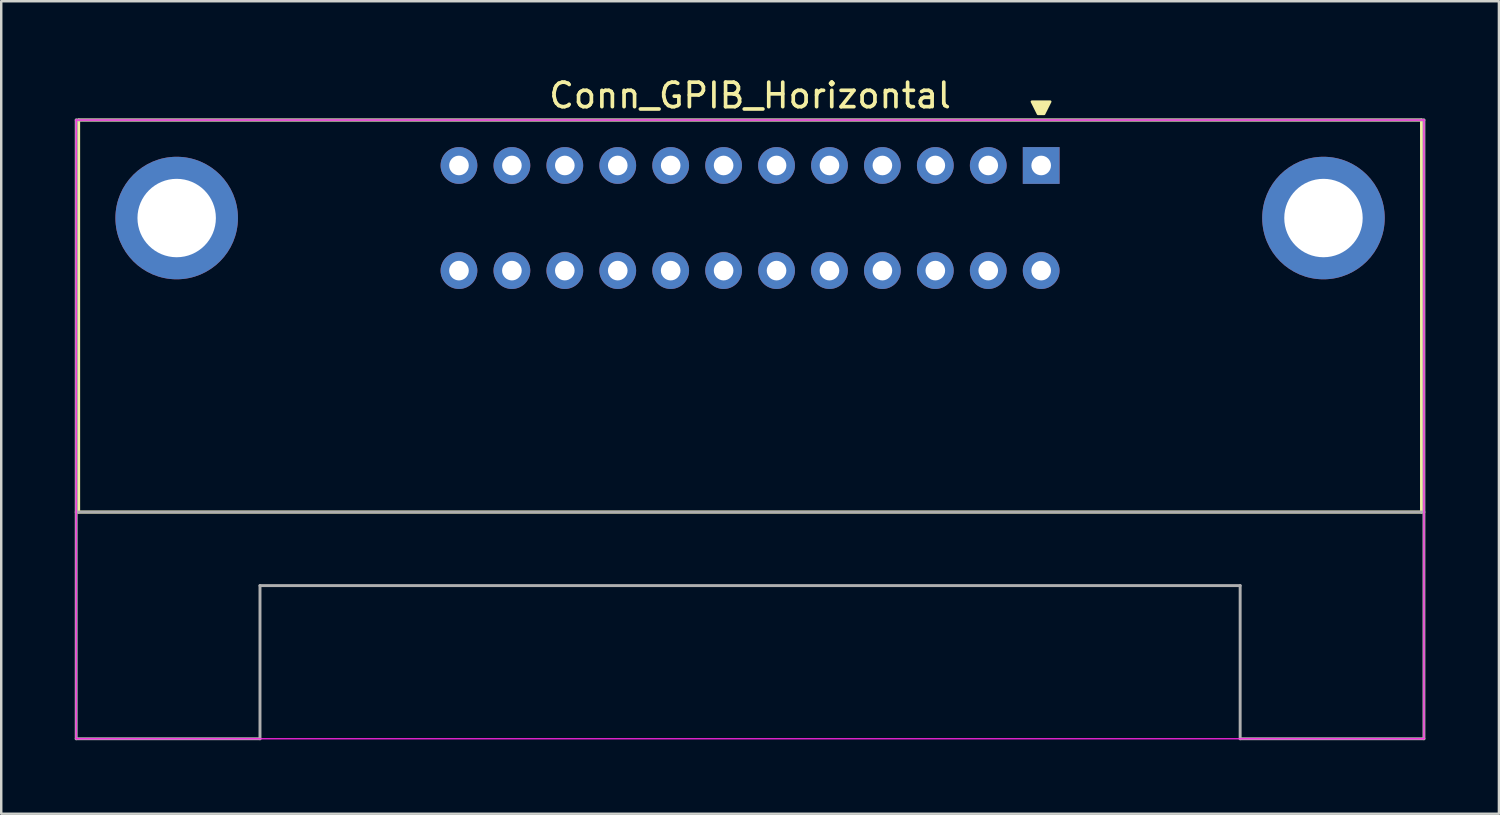
<source format=kicad_pcb>
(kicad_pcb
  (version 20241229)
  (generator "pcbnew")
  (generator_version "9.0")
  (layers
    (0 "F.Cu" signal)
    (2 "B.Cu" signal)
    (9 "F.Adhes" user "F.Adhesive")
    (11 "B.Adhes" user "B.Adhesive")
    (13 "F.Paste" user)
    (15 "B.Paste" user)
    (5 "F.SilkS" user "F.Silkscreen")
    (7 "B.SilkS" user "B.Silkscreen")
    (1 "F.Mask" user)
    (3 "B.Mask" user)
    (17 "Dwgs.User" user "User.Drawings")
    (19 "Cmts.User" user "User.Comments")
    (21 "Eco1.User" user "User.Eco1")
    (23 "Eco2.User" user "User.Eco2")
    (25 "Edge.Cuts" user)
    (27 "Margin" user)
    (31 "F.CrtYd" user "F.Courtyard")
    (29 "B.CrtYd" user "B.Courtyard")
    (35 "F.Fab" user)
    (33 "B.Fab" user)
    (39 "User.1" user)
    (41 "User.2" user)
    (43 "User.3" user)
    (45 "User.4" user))
  (footprint "Conn_GPIB_Horizontal"
    (layer "F.Cu")
    (at 27.56 5.848)
    (property "Reference" "Conn_GPIB_Horizontal" (at 0 -5 0) (layer "F.SilkS") (effects (font (size 1 1) (thickness 0.15))))
    (attr through_hole)
    (fp_line (start -27.4 -4) (end -27.4 12) (stroke (width 0.12) (type solid)) (layer "F.SilkS"))
    (fp_line (start -27.4 -4) (end 27.4 -4) (stroke (width 0.12) (type solid)) (layer "F.SilkS"))
    (fp_line (start -27.4 12) (end 27.4 12) (stroke (width 0.12) (type solid)) (layer "F.SilkS"))
    (fp_line (start 27.4 -4) (end 27.4 12) (stroke (width 0.12) (type solid)) (layer "F.SilkS"))
    (fp_poly (pts (xy 12 -4.25) (xy 11.75 -4.25) (xy 11.5 -4.75) (xy 12.25 -4.75)) (stroke (width 0.1) (type solid)) (fill yes) (layer "F.SilkS"))
    (fp_line (start -27.5 -4) (end -27.5 21.25) (stroke (width 0.05) (type solid)) (layer "F.CrtYd"))
    (fp_line (start -27.5 21.25) (end 27.5 21.25) (stroke (width 0.05) (type solid)) (layer "F.CrtYd"))
    (fp_line (start 27.5 -4) (end -27.5 -4) (stroke (width 0.05) (type solid)) (layer "F.CrtYd"))
    (fp_line (start 27.5 21.25) (end 27.5 -4) (stroke (width 0.05) (type solid)) (layer "F.CrtYd"))
    (fp_line (start -27.5 -4) (end -27.5 21.25) (stroke (width 0.12) (type solid)) (layer "F.Fab"))
    (fp_line (start -27.5 12) (end 27.5 12) (stroke (width 0.12) (type solid)) (layer "F.Fab"))
    (fp_line (start -27.5 21.25) (end -20 21.25) (stroke (width 0.12) (type solid)) (layer "F.Fab"))
    (fp_line (start -20 15) (end 20 15) (stroke (width 0.12) (type solid)) (layer "F.Fab"))
    (fp_line (start -20 21.25) (end -20 15) (stroke (width 0.12) (type solid)) (layer "F.Fab"))
    (fp_line (start 20 15) (end 20 21.25) (stroke (width 0.12) (type solid)) (layer "F.Fab"))
    (fp_line (start 20 21.25) (end 27.5 21.25) (stroke (width 0.12) (type solid)) (layer "F.Fab"))
    (fp_line (start 27.5 -4) (end -27.5 -4) (stroke (width 0.12) (type solid)) (layer "F.Fab"))
    (fp_line (start 27.5 21.25) (end 27.5 -4) (stroke (width 0.12) (type solid)) (layer "F.Fab"))
    (pad "1" thru_hole rect (at 11.88 -2.145) (size 1.5 1.5) (drill 0.8) (layers "*.Cu" "*.Mask"))
    (pad "2" thru_hole circle (at 9.72 -2.145) (size 1.5 1.5) (drill 0.8) (layers "*.Cu" "*.Mask"))
    (pad "3" thru_hole circle (at 7.56 -2.145) (size 1.5 1.5) (drill 0.8) (layers "*.Cu" "*.Mask"))
    (pad "4" thru_hole circle (at 5.4 -2.145) (size 1.5 1.5) (drill 0.8) (layers "*.Cu" "*.Mask"))
    (pad "5" thru_hole circle (at 3.24 -2.145) (size 1.5 1.5) (drill 0.8) (layers "*.Cu" "*.Mask"))
    (pad "6" thru_hole circle (at 1.08 -2.145) (size 1.5 1.5) (drill 0.8) (layers "*.Cu" "*.Mask"))
    (pad "7" thru_hole circle (at -1.08 -2.145) (size 1.5 1.5) (drill 0.8) (layers "*.Cu" "*.Mask"))
    (pad "8" thru_hole circle (at -3.24 -2.145) (size 1.5 1.5) (drill 0.8) (layers "*.Cu" "*.Mask"))
    (pad "9" thru_hole circle (at -5.4 -2.145) (size 1.5 1.5) (drill 0.8) (layers "*.Cu" "*.Mask"))
    (pad "10" thru_hole circle (at -7.56 -2.145) (size 1.5 1.5) (drill 0.8) (layers "*.Cu" "*.Mask"))
    (pad "11" thru_hole circle (at -9.72 -2.145) (size 1.5 1.5) (drill 0.8) (layers "*.Cu" "*.Mask"))
    (pad "12" thru_hole circle (at -11.88 -2.145) (size 1.5 1.5) (drill 0.8) (layers "*.Cu" "*.Mask"))
    (pad "13" thru_hole circle (at 11.88 2.145) (size 1.5 1.5) (drill 0.8) (layers "*.Cu" "*.Mask"))
    (pad "14" thru_hole circle (at 9.72 2.145) (size 1.5 1.5) (drill 0.8) (layers "*.Cu" "*.Mask"))
    (pad "15" thru_hole circle (at 7.56 2.145) (size 1.5 1.5) (drill 0.8) (layers "*.Cu" "*.Mask"))
    (pad "16" thru_hole circle (at 5.4 2.145) (size 1.5 1.5) (drill 0.8) (layers "*.Cu" "*.Mask"))
    (pad "17" thru_hole circle (at 3.24 2.145) (size 1.5 1.5) (drill 0.8) (layers "*.Cu" "*.Mask"))
    (pad "18" thru_hole circle (at 1.08 2.145) (size 1.5 1.5) (drill 0.8) (layers "*.Cu" "*.Mask"))
    (pad "19" thru_hole circle (at -1.08 2.145) (size 1.5 1.5) (drill 0.8) (layers "*.Cu" "*.Mask"))
    (pad "20" thru_hole circle (at -3.24 2.145) (size 1.5 1.5) (drill 0.8) (layers "*.Cu" "*.Mask"))
    (pad "21" thru_hole circle (at -5.4 2.145) (size 1.5 1.5) (drill 0.8) (layers "*.Cu" "*.Mask"))
    (pad "22" thru_hole circle (at -7.56 2.145) (size 1.5 1.5) (drill 0.8) (layers "*.Cu" "*.Mask"))
    (pad "23" thru_hole circle (at -9.72 2.145) (size 1.5 1.5) (drill 0.8) (layers "*.Cu" "*.Mask"))
    (pad "24" thru_hole circle (at -11.88 2.145) (size 1.5 1.5) (drill 0.8) (layers "*.Cu" "*.Mask"))
    (pad "MP" thru_hole circle (at -23.4 0) (size 5 5) (drill 3.2) (layers "*.Cu" "*.Mask"))
    (pad "MP" thru_hole circle (at 23.4 0) (size 5 5) (drill 3.2) (layers "*.Cu" "*.Mask")))
  (gr_rect
    (start -3 -3)
    (end 58.12 30.158)
    (stroke (width 0.1) (type default))
    (fill no)
    (layer "Edge.Cuts")))
</source>
